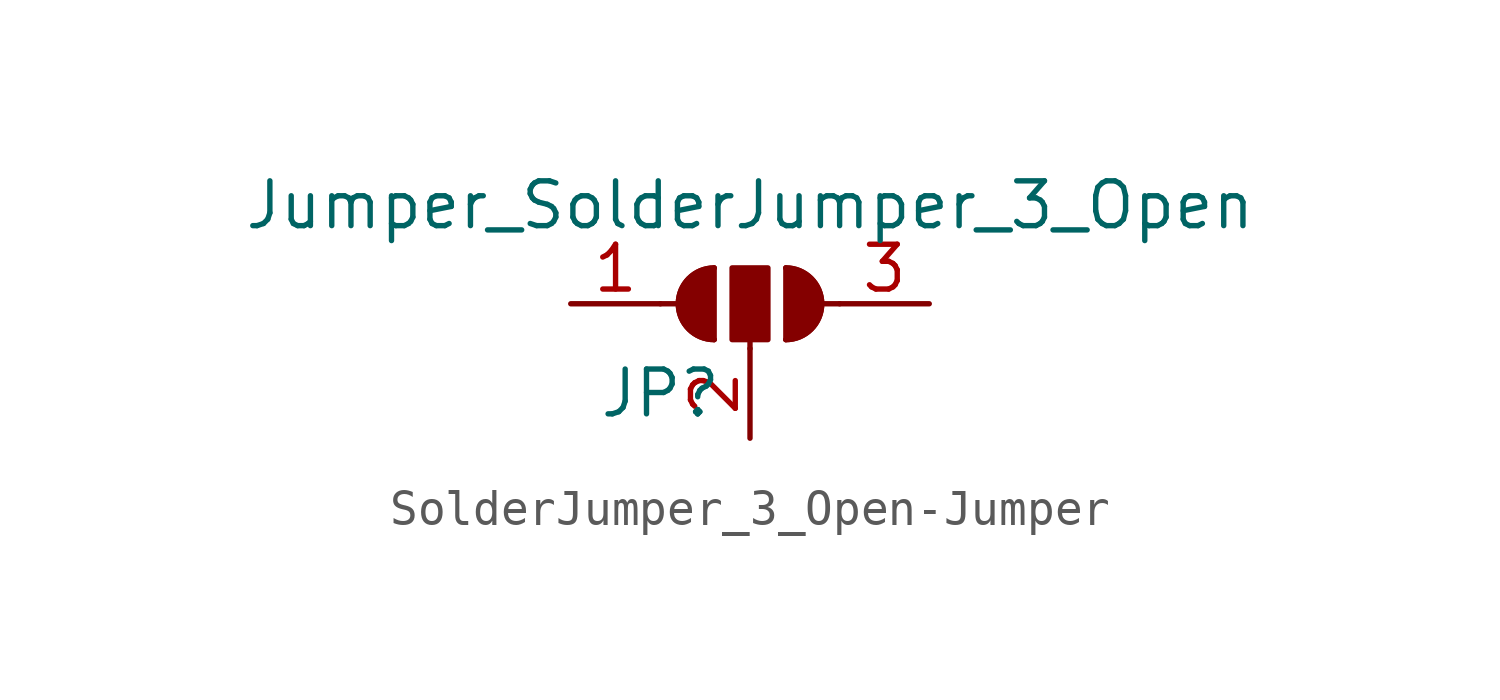
<source format=kicad_sym>
(kicad_symbol_lib
  (version 20231120)
  (generator "kicad_symbol_editor")
  (generator_version "8.0")
  (symbol "SolderJumper_3_Open-Jumper"
    (pin_names
      (offset 0) hide)
    (property "Reference" "JP"
      (at -2.54 -2.54 0)
      (effects (font (size 1.27 1.27))))
    (property "Value" "Jumper_SolderJumper_3_Open"
      (at 0 2.794 0)
      (effects (font (size 1.27 1.27))))
    (symbol "SolderJumper_3_Open-Jumper_0_1"
      (arc (start -1.016 1.016) (mid -2.032 0) (end -1.016 -1.016) (stroke (width 0) (type solid)) (fill (type none)))
      (arc (start -1.016 1.016) (mid -2.032 0) (end -1.016 -1.016) (stroke (width 0) (type solid)) (fill (type outline)))
      (rectangle (start -0.508 1.016) (end 0.508 -1.016) (stroke (width 0) (type solid)) (fill (type outline)))
      (polyline (pts (xy -2.54 0) (xy -2.032 0)) (stroke (width 0) (type solid)) (fill (type none)))
      (polyline (pts (xy -1.016 1.016) (xy -1.016 -1.016)) (stroke (width 0) (type solid)) (fill (type none)))
      (polyline (pts (xy 0 -1.27) (xy 0 -1.016)) (stroke (width 0) (type solid)) (fill (type none)))
      (polyline (pts (xy 1.016 1.016) (xy 1.016 -1.016)) (stroke (width 0) (type solid)) (fill (type none)))
      (polyline (pts (xy 2.54 0) (xy 2.032 0)) (stroke (width 0) (type solid)) (fill (type none)))
      (arc (start 1.016 -1.016) (mid 2.032 0) (end 1.016 1.016) (stroke (width 0) (type solid)) (fill (type none)))
      (arc (start 1.016 -1.016) (mid 2.032 0) (end 1.016 1.016) (stroke (width 0) (type solid)) (fill (type outline))))
    (symbol "SolderJumper_3_Open-Jumper_1_1"
      (pin passive line (at -5.08 0 0) (length 2.54) (name "A" (effects (font (size 1.27 1.27)))) (number "1" (effects (font (size 1.27 1.27)))))
      (pin input line (at 0 -3.81 90) (length 2.54) (name "C" (effects (font (size 1.27 1.27)))) (number "2" (effects (font (size 1.27 1.27)))))
      (pin passive line (at 5.08 0 180) (length 2.54) (name "B" (effects (font (size 1.27 1.27)))) (number "3" (effects (font (size 1.27 1.27))))))))
</source>
